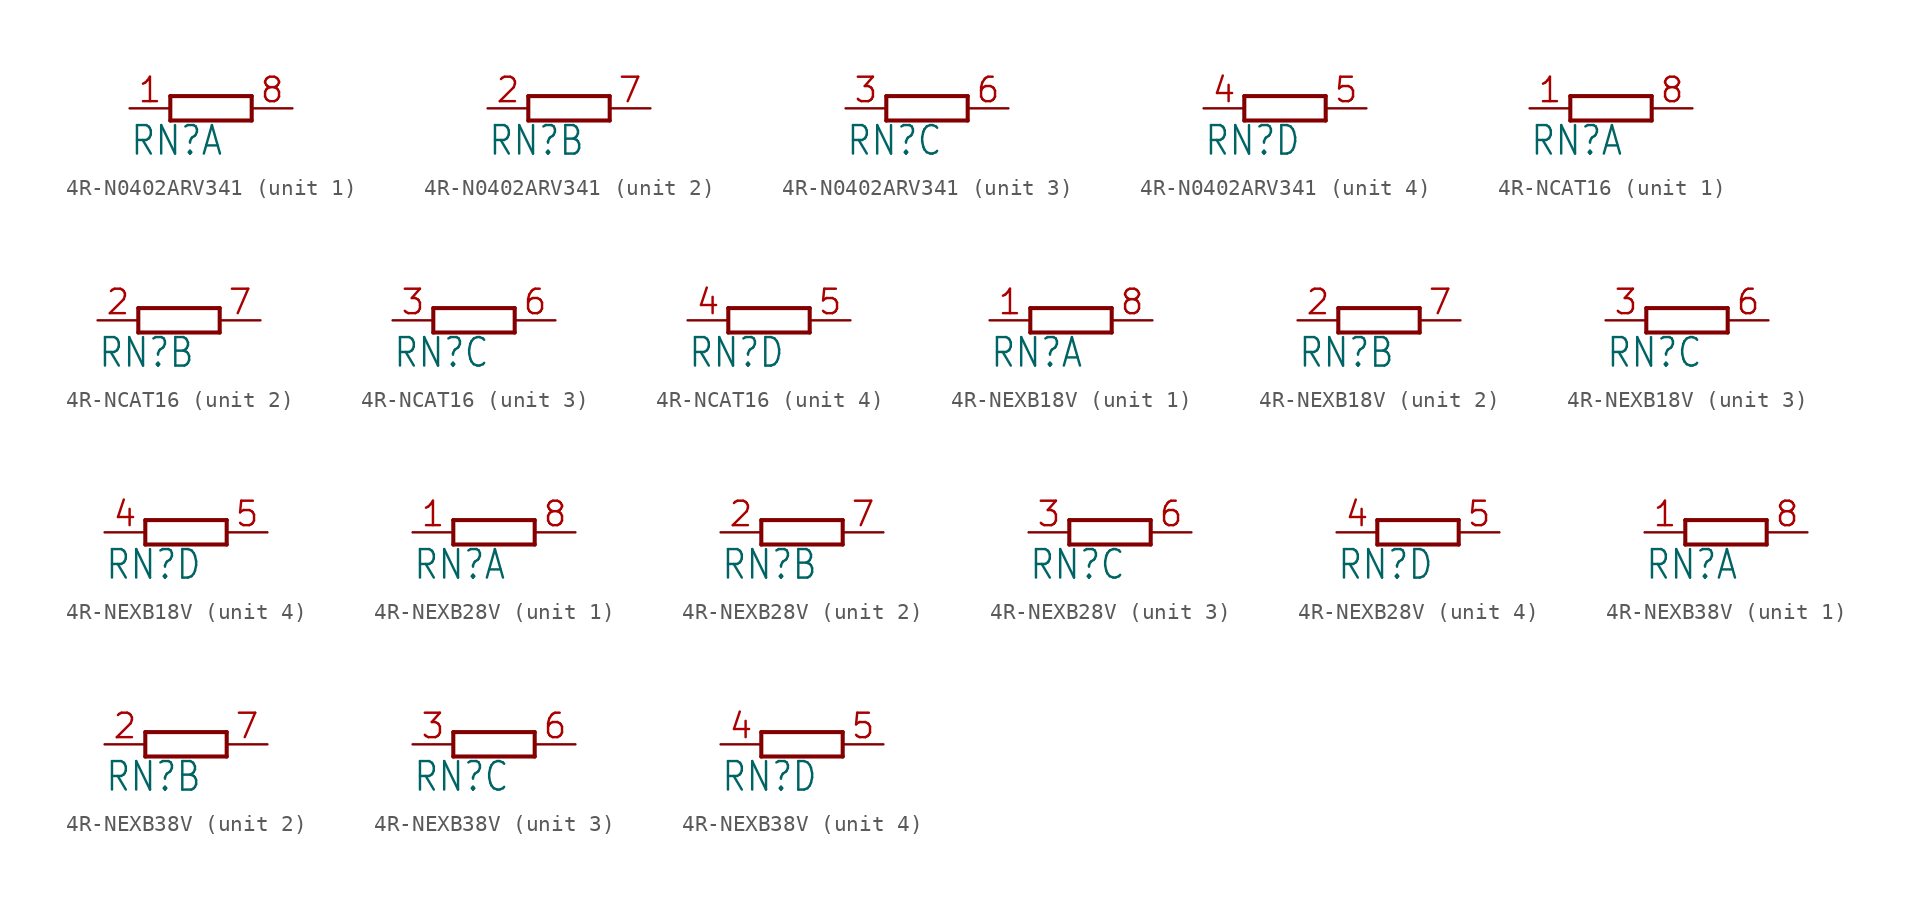
<source format=kicad_sym>
(kicad_symbol_lib
  (version 20241209)
  (generator "kicad_symbol_editor")
  (generator_version "9.0")
  (symbol "4R-N0402ARV341"
    (property "Reference" "RN"
      (at -5.08 -3.048 0)
      (effects (font (size 1.778 1.511)) (justify left bottom)))
    (property "Value" ""
      (at 2.54 -3.048 0)
      (effects (font (size 1.778 1.511)) (justify left bottom)))
    (property "ki_locked" ""
      (at 0 0 0)
      (effects (font (size 1.27 1.27))))
    (symbol "4R-N0402ARV341_1_0"
      (polyline (pts (xy -2.54 0.762) (xy -2.54 -0.762)) (stroke (width 0.254) (type solid)) (fill (type none)))
      (polyline (pts (xy -2.54 -0.762) (xy 2.54 -0.762)) (stroke (width 0.254) (type solid)) (fill (type none)))
      (polyline (pts (xy 2.54 0.762) (xy -2.54 0.762)) (stroke (width 0.254) (type solid)) (fill (type none)))
      (polyline (pts (xy 2.54 -0.762) (xy 2.54 0.762)) (stroke (width 0.254) (type solid)) (fill (type none)))
      (pin passive line (at -5.08 0 0) (length 2.54) (name "1" (effects (font (size 0 0)))) (number "1" (effects (font (size 1.524 1.524)))))
      (pin passive line (at 5.08 0 180) (length 2.54) (name "2" (effects (font (size 0 0)))) (number "8" (effects (font (size 1.524 1.524))))))
    (symbol "4R-N0402ARV341_2_0"
      (polyline (pts (xy -2.54 0.762) (xy -2.54 -0.762)) (stroke (width 0.254) (type solid)) (fill (type none)))
      (polyline (pts (xy -2.54 -0.762) (xy 2.54 -0.762)) (stroke (width 0.254) (type solid)) (fill (type none)))
      (polyline (pts (xy 2.54 0.762) (xy -2.54 0.762)) (stroke (width 0.254) (type solid)) (fill (type none)))
      (polyline (pts (xy 2.54 -0.762) (xy 2.54 0.762)) (stroke (width 0.254) (type solid)) (fill (type none)))
      (pin passive line (at -5.08 0 0) (length 2.54) (name "1" (effects (font (size 0 0)))) (number "2" (effects (font (size 1.524 1.524)))))
      (pin passive line (at 5.08 0 180) (length 2.54) (name "2" (effects (font (size 0 0)))) (number "7" (effects (font (size 1.524 1.524))))))
    (symbol "4R-N0402ARV341_3_0"
      (polyline (pts (xy -2.54 0.762) (xy -2.54 -0.762)) (stroke (width 0.254) (type solid)) (fill (type none)))
      (polyline (pts (xy -2.54 -0.762) (xy 2.54 -0.762)) (stroke (width 0.254) (type solid)) (fill (type none)))
      (polyline (pts (xy 2.54 0.762) (xy -2.54 0.762)) (stroke (width 0.254) (type solid)) (fill (type none)))
      (polyline (pts (xy 2.54 -0.762) (xy 2.54 0.762)) (stroke (width 0.254) (type solid)) (fill (type none)))
      (pin passive line (at -5.08 0 0) (length 2.54) (name "1" (effects (font (size 0 0)))) (number "3" (effects (font (size 1.524 1.524)))))
      (pin passive line (at 5.08 0 180) (length 2.54) (name "2" (effects (font (size 0 0)))) (number "6" (effects (font (size 1.524 1.524))))))
    (symbol "4R-N0402ARV341_4_0"
      (polyline (pts (xy -2.54 0.762) (xy -2.54 -0.762)) (stroke (width 0.254) (type solid)) (fill (type none)))
      (polyline (pts (xy -2.54 -0.762) (xy 2.54 -0.762)) (stroke (width 0.254) (type solid)) (fill (type none)))
      (polyline (pts (xy 2.54 0.762) (xy -2.54 0.762)) (stroke (width 0.254) (type solid)) (fill (type none)))
      (polyline (pts (xy 2.54 -0.762) (xy 2.54 0.762)) (stroke (width 0.254) (type solid)) (fill (type none)))
      (pin passive line (at -5.08 0 0) (length 2.54) (name "1" (effects (font (size 0 0)))) (number "4" (effects (font (size 1.524 1.524)))))
      (pin passive line (at 5.08 0 180) (length 2.54) (name "2" (effects (font (size 0 0)))) (number "5" (effects (font (size 1.524 1.524)))))))
  (symbol "4R-NCAT16"
    (property "Reference" "RN"
      (at -5.08 -3.048 0)
      (effects (font (size 1.778 1.511)) (justify left bottom)))
    (property "Value" ""
      (at 2.54 -3.048 0)
      (effects (font (size 1.778 1.511)) (justify left bottom)))
    (property "ki_locked" ""
      (at 0 0 0)
      (effects (font (size 1.27 1.27))))
    (symbol "4R-NCAT16_1_0"
      (polyline (pts (xy -2.54 0.762) (xy -2.54 -0.762)) (stroke (width 0.254) (type solid)) (fill (type none)))
      (polyline (pts (xy -2.54 -0.762) (xy 2.54 -0.762)) (stroke (width 0.254) (type solid)) (fill (type none)))
      (polyline (pts (xy 2.54 0.762) (xy -2.54 0.762)) (stroke (width 0.254) (type solid)) (fill (type none)))
      (polyline (pts (xy 2.54 -0.762) (xy 2.54 0.762)) (stroke (width 0.254) (type solid)) (fill (type none)))
      (pin passive line (at -5.08 0 0) (length 2.54) (name "1" (effects (font (size 0 0)))) (number "1" (effects (font (size 1.524 1.524)))))
      (pin passive line (at 5.08 0 180) (length 2.54) (name "2" (effects (font (size 0 0)))) (number "8" (effects (font (size 1.524 1.524))))))
    (symbol "4R-NCAT16_2_0"
      (polyline (pts (xy -2.54 0.762) (xy -2.54 -0.762)) (stroke (width 0.254) (type solid)) (fill (type none)))
      (polyline (pts (xy -2.54 -0.762) (xy 2.54 -0.762)) (stroke (width 0.254) (type solid)) (fill (type none)))
      (polyline (pts (xy 2.54 0.762) (xy -2.54 0.762)) (stroke (width 0.254) (type solid)) (fill (type none)))
      (polyline (pts (xy 2.54 -0.762) (xy 2.54 0.762)) (stroke (width 0.254) (type solid)) (fill (type none)))
      (pin passive line (at -5.08 0 0) (length 2.54) (name "1" (effects (font (size 0 0)))) (number "2" (effects (font (size 1.524 1.524)))))
      (pin passive line (at 5.08 0 180) (length 2.54) (name "2" (effects (font (size 0 0)))) (number "7" (effects (font (size 1.524 1.524))))))
    (symbol "4R-NCAT16_3_0"
      (polyline (pts (xy -2.54 0.762) (xy -2.54 -0.762)) (stroke (width 0.254) (type solid)) (fill (type none)))
      (polyline (pts (xy -2.54 -0.762) (xy 2.54 -0.762)) (stroke (width 0.254) (type solid)) (fill (type none)))
      (polyline (pts (xy 2.54 0.762) (xy -2.54 0.762)) (stroke (width 0.254) (type solid)) (fill (type none)))
      (polyline (pts (xy 2.54 -0.762) (xy 2.54 0.762)) (stroke (width 0.254) (type solid)) (fill (type none)))
      (pin passive line (at -5.08 0 0) (length 2.54) (name "1" (effects (font (size 0 0)))) (number "3" (effects (font (size 1.524 1.524)))))
      (pin passive line (at 5.08 0 180) (length 2.54) (name "2" (effects (font (size 0 0)))) (number "6" (effects (font (size 1.524 1.524))))))
    (symbol "4R-NCAT16_4_0"
      (polyline (pts (xy -2.54 0.762) (xy -2.54 -0.762)) (stroke (width 0.254) (type solid)) (fill (type none)))
      (polyline (pts (xy -2.54 -0.762) (xy 2.54 -0.762)) (stroke (width 0.254) (type solid)) (fill (type none)))
      (polyline (pts (xy 2.54 0.762) (xy -2.54 0.762)) (stroke (width 0.254) (type solid)) (fill (type none)))
      (polyline (pts (xy 2.54 -0.762) (xy 2.54 0.762)) (stroke (width 0.254) (type solid)) (fill (type none)))
      (pin passive line (at -5.08 0 0) (length 2.54) (name "1" (effects (font (size 0 0)))) (number "4" (effects (font (size 1.524 1.524)))))
      (pin passive line (at 5.08 0 180) (length 2.54) (name "2" (effects (font (size 0 0)))) (number "5" (effects (font (size 1.524 1.524)))))))
  (symbol "4R-NEXB18V"
    (property "Reference" "RN"
      (at -5.08 -3.048 0)
      (effects (font (size 1.778 1.511)) (justify left bottom)))
    (property "Value" ""
      (at 2.54 -3.048 0)
      (effects (font (size 1.778 1.511)) (justify left bottom)))
    (property "ki_locked" ""
      (at 0 0 0)
      (effects (font (size 1.27 1.27))))
    (symbol "4R-NEXB18V_1_0"
      (polyline (pts (xy -2.54 0.762) (xy -2.54 -0.762)) (stroke (width 0.254) (type solid)) (fill (type none)))
      (polyline (pts (xy -2.54 -0.762) (xy 2.54 -0.762)) (stroke (width 0.254) (type solid)) (fill (type none)))
      (polyline (pts (xy 2.54 0.762) (xy -2.54 0.762)) (stroke (width 0.254) (type solid)) (fill (type none)))
      (polyline (pts (xy 2.54 -0.762) (xy 2.54 0.762)) (stroke (width 0.254) (type solid)) (fill (type none)))
      (pin passive line (at -5.08 0 0) (length 2.54) (name "1" (effects (font (size 0 0)))) (number "1" (effects (font (size 1.524 1.524)))))
      (pin passive line (at 5.08 0 180) (length 2.54) (name "2" (effects (font (size 0 0)))) (number "8" (effects (font (size 1.524 1.524))))))
    (symbol "4R-NEXB18V_2_0"
      (polyline (pts (xy -2.54 0.762) (xy -2.54 -0.762)) (stroke (width 0.254) (type solid)) (fill (type none)))
      (polyline (pts (xy -2.54 -0.762) (xy 2.54 -0.762)) (stroke (width 0.254) (type solid)) (fill (type none)))
      (polyline (pts (xy 2.54 0.762) (xy -2.54 0.762)) (stroke (width 0.254) (type solid)) (fill (type none)))
      (polyline (pts (xy 2.54 -0.762) (xy 2.54 0.762)) (stroke (width 0.254) (type solid)) (fill (type none)))
      (pin passive line (at -5.08 0 0) (length 2.54) (name "1" (effects (font (size 0 0)))) (number "2" (effects (font (size 1.524 1.524)))))
      (pin passive line (at 5.08 0 180) (length 2.54) (name "2" (effects (font (size 0 0)))) (number "7" (effects (font (size 1.524 1.524))))))
    (symbol "4R-NEXB18V_3_0"
      (polyline (pts (xy -2.54 0.762) (xy -2.54 -0.762)) (stroke (width 0.254) (type solid)) (fill (type none)))
      (polyline (pts (xy -2.54 -0.762) (xy 2.54 -0.762)) (stroke (width 0.254) (type solid)) (fill (type none)))
      (polyline (pts (xy 2.54 0.762) (xy -2.54 0.762)) (stroke (width 0.254) (type solid)) (fill (type none)))
      (polyline (pts (xy 2.54 -0.762) (xy 2.54 0.762)) (stroke (width 0.254) (type solid)) (fill (type none)))
      (pin passive line (at -5.08 0 0) (length 2.54) (name "1" (effects (font (size 0 0)))) (number "3" (effects (font (size 1.524 1.524)))))
      (pin passive line (at 5.08 0 180) (length 2.54) (name "2" (effects (font (size 0 0)))) (number "6" (effects (font (size 1.524 1.524))))))
    (symbol "4R-NEXB18V_4_0"
      (polyline (pts (xy -2.54 0.762) (xy -2.54 -0.762)) (stroke (width 0.254) (type solid)) (fill (type none)))
      (polyline (pts (xy -2.54 -0.762) (xy 2.54 -0.762)) (stroke (width 0.254) (type solid)) (fill (type none)))
      (polyline (pts (xy 2.54 0.762) (xy -2.54 0.762)) (stroke (width 0.254) (type solid)) (fill (type none)))
      (polyline (pts (xy 2.54 -0.762) (xy 2.54 0.762)) (stroke (width 0.254) (type solid)) (fill (type none)))
      (pin passive line (at -5.08 0 0) (length 2.54) (name "1" (effects (font (size 0 0)))) (number "4" (effects (font (size 1.524 1.524)))))
      (pin passive line (at 5.08 0 180) (length 2.54) (name "2" (effects (font (size 0 0)))) (number "5" (effects (font (size 1.524 1.524)))))))
  (symbol "4R-NEXB28V"
    (property "Reference" "RN"
      (at -5.08 -3.048 0)
      (effects (font (size 1.778 1.511)) (justify left bottom)))
    (property "Value" ""
      (at 2.54 -3.048 0)
      (effects (font (size 1.778 1.511)) (justify left bottom)))
    (property "ki_locked" ""
      (at 0 0 0)
      (effects (font (size 1.27 1.27))))
    (symbol "4R-NEXB28V_1_0"
      (polyline (pts (xy -2.54 0.762) (xy -2.54 -0.762)) (stroke (width 0.254) (type solid)) (fill (type none)))
      (polyline (pts (xy -2.54 -0.762) (xy 2.54 -0.762)) (stroke (width 0.254) (type solid)) (fill (type none)))
      (polyline (pts (xy 2.54 0.762) (xy -2.54 0.762)) (stroke (width 0.254) (type solid)) (fill (type none)))
      (polyline (pts (xy 2.54 -0.762) (xy 2.54 0.762)) (stroke (width 0.254) (type solid)) (fill (type none)))
      (pin passive line (at -5.08 0 0) (length 2.54) (name "1" (effects (font (size 0 0)))) (number "1" (effects (font (size 1.524 1.524)))))
      (pin passive line (at 5.08 0 180) (length 2.54) (name "2" (effects (font (size 0 0)))) (number "8" (effects (font (size 1.524 1.524))))))
    (symbol "4R-NEXB28V_2_0"
      (polyline (pts (xy -2.54 0.762) (xy -2.54 -0.762)) (stroke (width 0.254) (type solid)) (fill (type none)))
      (polyline (pts (xy -2.54 -0.762) (xy 2.54 -0.762)) (stroke (width 0.254) (type solid)) (fill (type none)))
      (polyline (pts (xy 2.54 0.762) (xy -2.54 0.762)) (stroke (width 0.254) (type solid)) (fill (type none)))
      (polyline (pts (xy 2.54 -0.762) (xy 2.54 0.762)) (stroke (width 0.254) (type solid)) (fill (type none)))
      (pin passive line (at -5.08 0 0) (length 2.54) (name "1" (effects (font (size 0 0)))) (number "2" (effects (font (size 1.524 1.524)))))
      (pin passive line (at 5.08 0 180) (length 2.54) (name "2" (effects (font (size 0 0)))) (number "7" (effects (font (size 1.524 1.524))))))
    (symbol "4R-NEXB28V_3_0"
      (polyline (pts (xy -2.54 0.762) (xy -2.54 -0.762)) (stroke (width 0.254) (type solid)) (fill (type none)))
      (polyline (pts (xy -2.54 -0.762) (xy 2.54 -0.762)) (stroke (width 0.254) (type solid)) (fill (type none)))
      (polyline (pts (xy 2.54 0.762) (xy -2.54 0.762)) (stroke (width 0.254) (type solid)) (fill (type none)))
      (polyline (pts (xy 2.54 -0.762) (xy 2.54 0.762)) (stroke (width 0.254) (type solid)) (fill (type none)))
      (pin passive line (at -5.08 0 0) (length 2.54) (name "1" (effects (font (size 0 0)))) (number "3" (effects (font (size 1.524 1.524)))))
      (pin passive line (at 5.08 0 180) (length 2.54) (name "2" (effects (font (size 0 0)))) (number "6" (effects (font (size 1.524 1.524))))))
    (symbol "4R-NEXB28V_4_0"
      (polyline (pts (xy -2.54 0.762) (xy -2.54 -0.762)) (stroke (width 0.254) (type solid)) (fill (type none)))
      (polyline (pts (xy -2.54 -0.762) (xy 2.54 -0.762)) (stroke (width 0.254) (type solid)) (fill (type none)))
      (polyline (pts (xy 2.54 0.762) (xy -2.54 0.762)) (stroke (width 0.254) (type solid)) (fill (type none)))
      (polyline (pts (xy 2.54 -0.762) (xy 2.54 0.762)) (stroke (width 0.254) (type solid)) (fill (type none)))
      (pin passive line (at -5.08 0 0) (length 2.54) (name "1" (effects (font (size 0 0)))) (number "4" (effects (font (size 1.524 1.524)))))
      (pin passive line (at 5.08 0 180) (length 2.54) (name "2" (effects (font (size 0 0)))) (number "5" (effects (font (size 1.524 1.524)))))))
  (symbol "4R-NEXB38V"
    (property "Reference" "RN"
      (at -5.08 -3.048 0)
      (effects (font (size 1.778 1.511)) (justify left bottom)))
    (property "Value" ""
      (at 2.54 -3.048 0)
      (effects (font (size 1.778 1.511)) (justify left bottom)))
    (property "ki_locked" ""
      (at 0 0 0)
      (effects (font (size 1.27 1.27))))
    (symbol "4R-NEXB38V_1_0"
      (polyline (pts (xy -2.54 0.762) (xy -2.54 -0.762)) (stroke (width 0.254) (type solid)) (fill (type none)))
      (polyline (pts (xy -2.54 -0.762) (xy 2.54 -0.762)) (stroke (width 0.254) (type solid)) (fill (type none)))
      (polyline (pts (xy 2.54 0.762) (xy -2.54 0.762)) (stroke (width 0.254) (type solid)) (fill (type none)))
      (polyline (pts (xy 2.54 -0.762) (xy 2.54 0.762)) (stroke (width 0.254) (type solid)) (fill (type none)))
      (pin passive line (at -5.08 0 0) (length 2.54) (name "1" (effects (font (size 0 0)))) (number "1" (effects (font (size 1.524 1.524)))))
      (pin passive line (at 5.08 0 180) (length 2.54) (name "2" (effects (font (size 0 0)))) (number "8" (effects (font (size 1.524 1.524))))))
    (symbol "4R-NEXB38V_2_0"
      (polyline (pts (xy -2.54 0.762) (xy -2.54 -0.762)) (stroke (width 0.254) (type solid)) (fill (type none)))
      (polyline (pts (xy -2.54 -0.762) (xy 2.54 -0.762)) (stroke (width 0.254) (type solid)) (fill (type none)))
      (polyline (pts (xy 2.54 0.762) (xy -2.54 0.762)) (stroke (width 0.254) (type solid)) (fill (type none)))
      (polyline (pts (xy 2.54 -0.762) (xy 2.54 0.762)) (stroke (width 0.254) (type solid)) (fill (type none)))
      (pin passive line (at -5.08 0 0) (length 2.54) (name "1" (effects (font (size 0 0)))) (number "2" (effects (font (size 1.524 1.524)))))
      (pin passive line (at 5.08 0 180) (length 2.54) (name "2" (effects (font (size 0 0)))) (number "7" (effects (font (size 1.524 1.524))))))
    (symbol "4R-NEXB38V_3_0"
      (polyline (pts (xy -2.54 0.762) (xy -2.54 -0.762)) (stroke (width 0.254) (type solid)) (fill (type none)))
      (polyline (pts (xy -2.54 -0.762) (xy 2.54 -0.762)) (stroke (width 0.254) (type solid)) (fill (type none)))
      (polyline (pts (xy 2.54 0.762) (xy -2.54 0.762)) (stroke (width 0.254) (type solid)) (fill (type none)))
      (polyline (pts (xy 2.54 -0.762) (xy 2.54 0.762)) (stroke (width 0.254) (type solid)) (fill (type none)))
      (pin passive line (at -5.08 0 0) (length 2.54) (name "1" (effects (font (size 0 0)))) (number "3" (effects (font (size 1.524 1.524)))))
      (pin passive line (at 5.08 0 180) (length 2.54) (name "2" (effects (font (size 0 0)))) (number "6" (effects (font (size 1.524 1.524))))))
    (symbol "4R-NEXB38V_4_0"
      (polyline (pts (xy -2.54 0.762) (xy -2.54 -0.762)) (stroke (width 0.254) (type solid)) (fill (type none)))
      (polyline (pts (xy -2.54 -0.762) (xy 2.54 -0.762)) (stroke (width 0.254) (type solid)) (fill (type none)))
      (polyline (pts (xy 2.54 0.762) (xy -2.54 0.762)) (stroke (width 0.254) (type solid)) (fill (type none)))
      (polyline (pts (xy 2.54 -0.762) (xy 2.54 0.762)) (stroke (width 0.254) (type solid)) (fill (type none)))
      (pin passive line (at -5.08 0 0) (length 2.54) (name "1" (effects (font (size 0 0)))) (number "4" (effects (font (size 1.524 1.524)))))
      (pin passive line (at 5.08 0 180) (length 2.54) (name "2" (effects (font (size 0 0)))) (number "5" (effects (font (size 1.524 1.524))))))))
</source>
